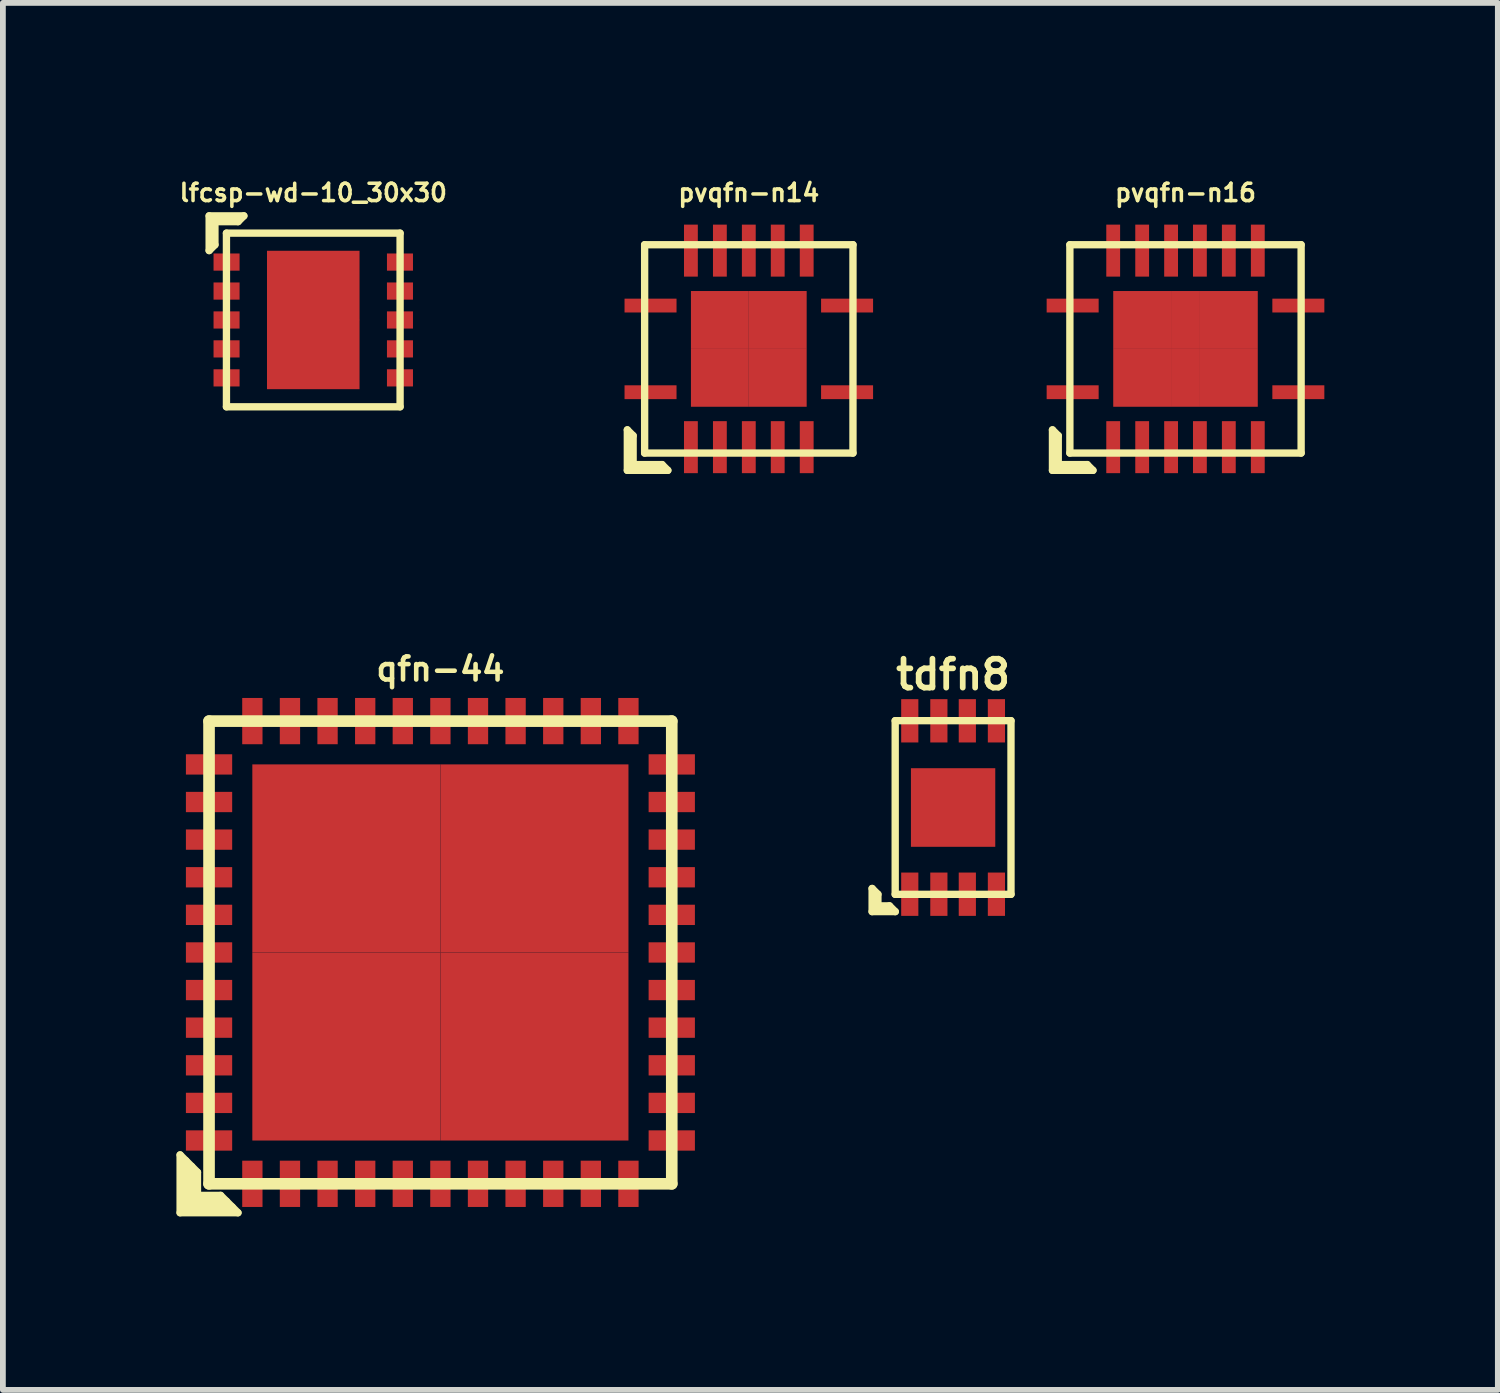
<source format=kicad_pcb>
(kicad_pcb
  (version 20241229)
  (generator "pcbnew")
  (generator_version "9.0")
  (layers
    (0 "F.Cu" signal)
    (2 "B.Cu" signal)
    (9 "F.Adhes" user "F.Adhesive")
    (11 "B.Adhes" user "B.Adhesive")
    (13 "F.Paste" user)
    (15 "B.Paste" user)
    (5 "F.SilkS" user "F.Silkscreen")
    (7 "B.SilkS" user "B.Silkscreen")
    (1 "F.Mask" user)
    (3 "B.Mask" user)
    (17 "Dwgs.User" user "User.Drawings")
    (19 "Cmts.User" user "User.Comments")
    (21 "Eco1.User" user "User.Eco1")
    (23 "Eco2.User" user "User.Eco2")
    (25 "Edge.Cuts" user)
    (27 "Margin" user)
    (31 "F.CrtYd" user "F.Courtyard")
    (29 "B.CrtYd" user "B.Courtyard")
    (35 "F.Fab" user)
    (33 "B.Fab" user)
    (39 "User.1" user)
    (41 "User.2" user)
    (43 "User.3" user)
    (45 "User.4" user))
  (footprint "lfcsp-wd-10_30x30"
    (layer "F.Cu")
    (at 2.366 2.482)
    (property "Reference" "lfcsp-wd-10_30x30" (at 0 -2.2 0) (layer "F.SilkS") (effects (font (size 0.3 0.3) (thickness 0.061))))
    (attr through_hole)
    (fp_line (start -1.8 -1.8) (end -1.8 -1.2) (stroke (width 0.127) (type solid)) (layer "F.SilkS"))
    (fp_line (start -1.8 -1.2) (end -1.7 -1.3) (stroke (width 0.127) (type solid)) (layer "F.SilkS"))
    (fp_line (start -1.7 -1.7) (end -1.3 -1.7) (stroke (width 0.127) (type solid)) (layer "F.SilkS"))
    (fp_line (start -1.7 -1.3) (end -1.7 -1.7) (stroke (width 0.127) (type solid)) (layer "F.SilkS"))
    (fp_line (start -1.501 -1.501) (end -1.501 1.501) (stroke (width 0.127) (type solid)) (layer "F.SilkS"))
    (fp_line (start -1.501 1.501) (end 1.501 1.501) (stroke (width 0.127) (type solid)) (layer "F.SilkS"))
    (fp_line (start -1.3 -1.7) (end -1.2 -1.8) (stroke (width 0.127) (type solid)) (layer "F.SilkS"))
    (fp_line (start -1.2 -1.8) (end -1.8 -1.8) (stroke (width 0.127) (type solid)) (layer "F.SilkS"))
    (fp_line (start 1.501 -1.501) (end -1.501 -1.501) (stroke (width 0.127) (type solid)) (layer "F.SilkS"))
    (fp_line (start 1.501 1.501) (end 1.501 -1.501) (stroke (width 0.127) (type solid)) (layer "F.SilkS"))
    (pad "1" smd rect (at -1.499 -1.001) (size 0.45 0.297) (layers "F.Cu" "F.Mask" "F.Paste"))
    (pad "2" smd rect (at -1.499 -0.5) (size 0.45 0.297) (layers "F.Cu" "F.Mask" "F.Paste"))
    (pad "3" smd rect (at -1.499 0) (size 0.45 0.297) (layers "F.Cu" "F.Mask" "F.Paste"))
    (pad "4" smd rect (at -1.499 0.5) (size 0.45 0.297) (layers "F.Cu" "F.Mask" "F.Paste"))
    (pad "5" smd rect (at -1.499 1.001) (size 0.45 0.297) (layers "F.Cu" "F.Mask" "F.Paste"))
    (pad "6" smd rect (at 1.499 1.001) (size 0.45 0.297) (layers "F.Cu" "F.Mask" "F.Paste"))
    (pad "7" smd rect (at 1.499 0.5) (size 0.45 0.297) (layers "F.Cu" "F.Mask" "F.Paste"))
    (pad "8" smd rect (at 1.499 0) (size 0.45 0.297) (layers "F.Cu" "F.Mask" "F.Paste"))
    (pad "9" smd rect (at 1.499 -0.5) (size 0.45 0.297) (layers "F.Cu" "F.Mask" "F.Paste"))
    (pad "10" smd rect (at 1.499 -1.001) (size 0.45 0.297) (layers "F.Cu" "F.Mask" "F.Paste"))
    (pad "11" smd rect (at 0 -0.597) (size 1.6 1.199) (layers "F.Cu" "F.Mask" "F.Paste"))
    (pad "11" smd rect (at 0 0.597) (size 1.6 1.199) (layers "F.Cu" "F.Mask" "F.Paste")))
  (footprint "tdfn8"
    (layer "F.Cu")
    (at 13.428 10.911)
    (property "Reference" "tdfn8" (at 0 -2.299 0) (layer "F.SilkS") (effects (font (size 0.5 0.5) (thickness 0.099))))
    (attr through_hole)
    (fp_line (start -1.4 1.8) (end -1.4 1.4) (stroke (width 0.127) (type solid)) (layer "F.SilkS"))
    (fp_line (start -1.3 1.5) (end -1.4 1.4) (stroke (width 0.127) (type solid)) (layer "F.SilkS"))
    (fp_line (start -1.3 1.7) (end -1.3 1.5) (stroke (width 0.127) (type solid)) (layer "F.SilkS"))
    (fp_line (start -1.3 1.7) (end -1.1 1.7) (stroke (width 0.127) (type solid)) (layer "F.SilkS"))
    (fp_line (start -1.1 1.7) (end -1 1.8) (stroke (width 0.127) (type solid)) (layer "F.SilkS"))
    (fp_line (start -1.001 -1.501) (end 1.001 -1.501) (stroke (width 0.127) (type solid)) (layer "F.SilkS"))
    (fp_line (start -1.001 1.501) (end -1.001 -1.501) (stroke (width 0.127) (type solid)) (layer "F.SilkS"))
    (fp_line (start -1.001 1.501) (end 1.001 1.501) (stroke (width 0.127) (type solid)) (layer "F.SilkS"))
    (fp_line (start -1 1.8) (end -1.4 1.8) (stroke (width 0.127) (type solid)) (layer "F.SilkS"))
    (fp_line (start 1.001 -1.501) (end 1.001 1.501) (stroke (width 0.127) (type solid)) (layer "F.SilkS"))
    (pad "1" smd rect (at -0.749 1.499) (size 0.297 0.749) (layers "F.Cu" "F.Mask" "F.Paste"))
    (pad "2" smd rect (at -0.246 1.499) (size 0.297 0.749) (layers "F.Cu" "F.Mask" "F.Paste"))
    (pad "3" smd rect (at 0.246 1.499) (size 0.297 0.749) (layers "F.Cu" "F.Mask" "F.Paste"))
    (pad "4" smd rect (at 0.749 1.499) (size 0.297 0.749) (layers "F.Cu" "F.Mask" "F.Paste"))
    (pad "5" smd rect (at 0.749 -1.499) (size 0.297 0.749) (layers "F.Cu" "F.Mask" "F.Paste"))
    (pad "6" smd rect (at 0.246 -1.499) (size 0.297 0.749) (layers "F.Cu" "F.Mask" "F.Paste"))
    (pad "7" smd rect (at -0.246 -1.499) (size 0.297 0.749) (layers "F.Cu" "F.Mask" "F.Paste"))
    (pad "8" smd rect (at -0.749 -1.499) (size 0.297 0.749) (layers "F.Cu" "F.Mask" "F.Paste"))
    (pad "9" smd rect (at 0 0) (size 1.458 1.359) (layers "F.Cu" "F.Mask" "F.Paste")))
  (footprint "qfn-44"
    (layer "F.Cu")
    (at 4.564 13.417)
    (property "Reference" "qfn-44" (at 0 -4.9 0) (layer "F.SilkS") (effects (font (size 0.399 0.399) (thickness 0.079))))
    (attr through_hole)
    (fp_line (start -4.5 3.5) (end -4.5 4.5) (stroke (width 0.127) (type solid)) (layer "F.SilkS"))
    (fp_line (start -4.5 4.5) (end -3.5 4.5) (stroke (width 0.127) (type solid)) (layer "F.SilkS"))
    (fp_line (start -4.4 3.6) (end -4.4 4.4) (stroke (width 0.127) (type solid)) (layer "F.SilkS"))
    (fp_line (start -4.4 4.4) (end -3.6 4.4) (stroke (width 0.127) (type solid)) (layer "F.SilkS"))
    (fp_line (start -4.3 3.7) (end -4.3 4.3) (stroke (width 0.127) (type solid)) (layer "F.SilkS"))
    (fp_line (start -4.3 4.3) (end -3.7 4.3) (stroke (width 0.127) (type solid)) (layer "F.SilkS"))
    (fp_line (start -4.2 3.8) (end -4.5 3.5) (stroke (width 0.127) (type solid)) (layer "F.SilkS"))
    (fp_line (start -4.2 4.2) (end -4.2 3.8) (stroke (width 0.127) (type solid)) (layer "F.SilkS"))
    (fp_line (start -4 -4) (end -4 4) (stroke (width 0.201) (type solid)) (layer "F.SilkS"))
    (fp_line (start -4 3.701) (end -4 3.8) (stroke (width 0.127) (type solid)) (layer "F.SilkS"))
    (fp_line (start -4 4) (end 4 4) (stroke (width 0.201) (type solid)) (layer "F.SilkS"))
    (fp_line (start -3.8 4.2) (end -4.2 4.2) (stroke (width 0.127) (type solid)) (layer "F.SilkS"))
    (fp_line (start -3.599 4) (end -3.701 4) (stroke (width 0.127) (type solid)) (layer "F.SilkS"))
    (fp_line (start -3.5 4.5) (end -3.8 4.2) (stroke (width 0.127) (type solid)) (layer "F.SilkS"))
    (fp_line (start 4 -4) (end -4 -4) (stroke (width 0.201) (type solid)) (layer "F.SilkS"))
    (fp_line (start 4 4) (end 4 -4) (stroke (width 0.201) (type solid)) (layer "F.SilkS"))
    (pad "1" smd rect (at -3.251 4) (size 0.351 0.8) (layers "F.Cu" "F.Mask" "F.Paste"))
    (pad "2" smd rect (at -2.601 4) (size 0.351 0.8) (layers "F.Cu" "F.Mask" "F.Paste"))
    (pad "3" smd rect (at -1.951 4) (size 0.351 0.8) (layers "F.Cu" "F.Mask" "F.Paste"))
    (pad "4" smd rect (at -1.3 4) (size 0.351 0.8) (layers "F.Cu" "F.Mask" "F.Paste"))
    (pad "5" smd rect (at -0.65 4) (size 0.351 0.8) (layers "F.Cu" "F.Mask" "F.Paste"))
    (pad "6" smd rect (at 0 4) (size 0.351 0.8) (layers "F.Cu" "F.Mask" "F.Paste"))
    (pad "7" smd rect (at 0.65 4) (size 0.351 0.8) (layers "F.Cu" "F.Mask" "F.Paste"))
    (pad "8" smd rect (at 1.3 4) (size 0.351 0.8) (layers "F.Cu" "F.Mask" "F.Paste"))
    (pad "9" smd rect (at 1.951 4) (size 0.351 0.8) (layers "F.Cu" "F.Mask" "F.Paste"))
    (pad "10" smd rect (at 2.601 4) (size 0.351 0.8) (layers "F.Cu" "F.Mask" "F.Paste"))
    (pad "11" smd rect (at 3.251 4) (size 0.351 0.8) (layers "F.Cu" "F.Mask" "F.Paste"))
    (pad "12" smd rect (at 4 3.251) (size 0.8 0.351) (layers "F.Cu" "F.Mask" "F.Paste"))
    (pad "13" smd rect (at 4 2.601) (size 0.8 0.351) (layers "F.Cu" "F.Mask" "F.Paste"))
    (pad "14" smd rect (at 4 1.951) (size 0.8 0.351) (layers "F.Cu" "F.Mask" "F.Paste"))
    (pad "15" smd rect (at 4 1.3) (size 0.8 0.351) (layers "F.Cu" "F.Mask" "F.Paste"))
    (pad "16" smd rect (at 4 0.65) (size 0.8 0.351) (layers "F.Cu" "F.Mask" "F.Paste"))
    (pad "17" smd rect (at 4 0) (size 0.8 0.351) (layers "F.Cu" "F.Mask" "F.Paste"))
    (pad "18" smd rect (at 4 -0.65) (size 0.8 0.351) (layers "F.Cu" "F.Mask" "F.Paste"))
    (pad "19" smd rect (at 4 -1.3) (size 0.8 0.351) (layers "F.Cu" "F.Mask" "F.Paste"))
    (pad "20" smd rect (at 4 -1.951) (size 0.8 0.351) (layers "F.Cu" "F.Mask" "F.Paste"))
    (pad "21" smd rect (at 4 -2.601) (size 0.8 0.351) (layers "F.Cu" "F.Mask" "F.Paste"))
    (pad "22" smd rect (at 4 -3.251) (size 0.8 0.351) (layers "F.Cu" "F.Mask" "F.Paste"))
    (pad "23" smd rect (at 3.251 -4) (size 0.351 0.8) (layers "F.Cu" "F.Mask" "F.Paste"))
    (pad "24" smd rect (at 2.601 -4) (size 0.351 0.8) (layers "F.Cu" "F.Mask" "F.Paste"))
    (pad "25" smd rect (at 1.951 -4) (size 0.351 0.8) (layers "F.Cu" "F.Mask" "F.Paste"))
    (pad "26" smd rect (at 1.3 -4) (size 0.351 0.8) (layers "F.Cu" "F.Mask" "F.Paste"))
    (pad "27" smd rect (at 0.65 -4) (size 0.351 0.8) (layers "F.Cu" "F.Mask" "F.Paste"))
    (pad "28" smd rect (at 0 -4) (size 0.351 0.8) (layers "F.Cu" "F.Mask" "F.Paste"))
    (pad "29" smd rect (at -0.65 -4) (size 0.351 0.8) (layers "F.Cu" "F.Mask" "F.Paste"))
    (pad "30" smd rect (at -1.3 -4) (size 0.351 0.8) (layers "F.Cu" "F.Mask" "F.Paste"))
    (pad "31" smd rect (at -1.951 -4) (size 0.351 0.8) (layers "F.Cu" "F.Mask" "F.Paste"))
    (pad "32" smd rect (at -2.601 -4) (size 0.351 0.8) (layers "F.Cu" "F.Mask" "F.Paste"))
    (pad "33" smd rect (at -3.251 -4) (size 0.351 0.8) (layers "F.Cu" "F.Mask" "F.Paste"))
    (pad "34" smd rect (at -4 -3.251) (size 0.8 0.351) (layers "F.Cu" "F.Mask" "F.Paste"))
    (pad "35" smd rect (at -4 -2.601) (size 0.8 0.351) (layers "F.Cu" "F.Mask" "F.Paste"))
    (pad "36" smd rect (at -4 -1.951) (size 0.8 0.351) (layers "F.Cu" "F.Mask" "F.Paste"))
    (pad "37" smd rect (at -4 -1.3) (size 0.8 0.351) (layers "F.Cu" "F.Mask" "F.Paste"))
    (pad "38" smd rect (at -4 -0.65) (size 0.8 0.351) (layers "F.Cu" "F.Mask" "F.Paste"))
    (pad "39" smd rect (at -4 0) (size 0.8 0.351) (layers "F.Cu" "F.Mask" "F.Paste"))
    (pad "40" smd rect (at -4 0.65) (size 0.8 0.351) (layers "F.Cu" "F.Mask" "F.Paste"))
    (pad "41" smd rect (at -4 1.3) (size 0.8 0.351) (layers "F.Cu" "F.Mask" "F.Paste"))
    (pad "42" smd rect (at -4 1.951) (size 0.8 0.351) (layers "F.Cu" "F.Mask" "F.Paste"))
    (pad "43" smd rect (at -4 2.601) (size 0.8 0.351) (layers "F.Cu" "F.Mask" "F.Paste"))
    (pad "44" smd rect (at -4 3.251) (size 0.8 0.351) (layers "F.Cu" "F.Mask" "F.Paste"))
    (pad "45" smd rect (at -1.626 -1.626) (size 3.251 3.251) (layers "F.Cu" "F.Mask" "F.Paste"))
    (pad "45" smd rect (at -1.626 1.626) (size 3.251 3.251) (layers "F.Cu" "F.Mask" "F.Paste"))
    (pad "45" smd rect (at 1.626 -1.626) (size 3.251 3.251) (layers "F.Cu" "F.Mask" "F.Paste"))
    (pad "45" smd rect (at 1.626 1.626) (size 3.251 3.251) (layers "F.Cu" "F.Mask" "F.Paste")))
  (footprint "pvqfn-n16"
    (layer "F.Cu")
    (at 17.446 2.982)
    (property "Reference" "pvqfn-n16" (at 0 -2.7 0) (layer "F.SilkS") (effects (font (size 0.3 0.3) (thickness 0.061))))
    (attr through_hole)
    (fp_line (start -2.3 1.4) (end -2.3 2.1) (stroke (width 0.127) (type solid)) (layer "F.SilkS"))
    (fp_line (start -2.3 2.1) (end -1.6 2.1) (stroke (width 0.127) (type solid)) (layer "F.SilkS"))
    (fp_line (start -2.2 1.5) (end -2.3 1.4) (stroke (width 0.127) (type solid)) (layer "F.SilkS"))
    (fp_line (start -2.2 2) (end -2.2 1.5) (stroke (width 0.127) (type solid)) (layer "F.SilkS"))
    (fp_line (start -1.999 -1.801) (end 1.999 -1.801) (stroke (width 0.127) (type solid)) (layer "F.SilkS"))
    (fp_line (start -1.999 1.801) (end -1.999 -1.801) (stroke (width 0.127) (type solid)) (layer "F.SilkS"))
    (fp_line (start -1.7 2) (end -2.2 2) (stroke (width 0.127) (type solid)) (layer "F.SilkS"))
    (fp_line (start -1.6 2.1) (end -1.7 2) (stroke (width 0.127) (type solid)) (layer "F.SilkS"))
    (fp_line (start 1.999 -1.801) (end 1.999 1.801) (stroke (width 0.127) (type solid)) (layer "F.SilkS"))
    (fp_line (start 1.999 1.801) (end -1.999 1.801) (stroke (width 0.127) (type solid)) (layer "F.SilkS"))
    (pad "1" smd rect (at -1.951 0.749) (size 0.899 0.239) (layers "F.Cu" "F.Mask" "F.Paste"))
    (pad "2" smd rect (at -1.25 1.699) (size 0.239 0.899) (layers "F.Cu" "F.Mask" "F.Paste"))
    (pad "3" smd rect (at -0.749 1.699) (size 0.239 0.899) (layers "F.Cu" "F.Mask" "F.Paste"))
    (pad "4" smd rect (at -0.249 1.699) (size 0.239 0.899) (layers "F.Cu" "F.Mask" "F.Paste"))
    (pad "5" smd rect (at 0.249 1.699) (size 0.239 0.899) (layers "F.Cu" "F.Mask" "F.Paste"))
    (pad "6" smd rect (at 0.749 1.699) (size 0.239 0.899) (layers "F.Cu" "F.Mask" "F.Paste"))
    (pad "7" smd rect (at 1.25 1.699) (size 0.239 0.899) (layers "F.Cu" "F.Mask" "F.Paste"))
    (pad "8" smd rect (at 1.951 0.749) (size 0.899 0.239) (layers "F.Cu" "F.Mask" "F.Paste"))
    (pad "9" smd rect (at 1.951 -0.749) (size 0.899 0.239) (layers "F.Cu" "F.Mask" "F.Paste"))
    (pad "10" smd rect (at 1.25 -1.699) (size 0.239 0.899) (layers "F.Cu" "F.Mask" "F.Paste"))
    (pad "11" smd rect (at 0.749 -1.699) (size 0.239 0.899) (layers "F.Cu" "F.Mask" "F.Paste"))
    (pad "12" smd rect (at 0.249 -1.699) (size 0.239 0.899) (layers "F.Cu" "F.Mask" "F.Paste"))
    (pad "13" smd rect (at -0.249 -1.699) (size 0.239 0.899) (layers "F.Cu" "F.Mask" "F.Paste"))
    (pad "14" smd rect (at -0.749 -1.699) (size 0.239 0.899) (layers "F.Cu" "F.Mask" "F.Paste"))
    (pad "15" smd rect (at -1.25 -1.699) (size 0.239 0.899) (layers "F.Cu" "F.Mask" "F.Paste"))
    (pad "16" smd rect (at -1.951 -0.749) (size 0.899 0.239) (layers "F.Cu" "F.Mask" "F.Paste"))
    (pad "17" smd rect (at -0.749 -0.5) (size 1.001 1.001) (layers "F.Cu" "F.Mask" "F.Paste"))
    (pad "17" smd rect (at -0.749 0.5) (size 1.001 1.001) (layers "F.Cu" "F.Mask" "F.Paste"))
    (pad "17" smd rect (at 0 -0.5) (size 0.5 1.001) (layers "F.Cu" "F.Mask" "F.Paste"))
    (pad "17" smd rect (at 0 0.5) (size 0.5 1.001) (layers "F.Cu" "F.Mask" "F.Paste"))
    (pad "17" smd rect (at 0.749 -0.5) (size 1.001 1.001) (layers "F.Cu" "F.Mask" "F.Paste"))
    (pad "17" smd rect (at 0.749 0.5) (size 1.001 1.001) (layers "F.Cu" "F.Mask" "F.Paste")))
  (footprint "pvqfn-n14"
    (layer "F.Cu")
    (at 9.896 2.982)
    (property "Reference" "pvqfn-n14" (at 0 -2.7 0) (layer "F.SilkS") (effects (font (size 0.3 0.3) (thickness 0.061))))
    (attr through_hole)
    (fp_line (start -2.1 1.4) (end -2 1.5) (stroke (width 0.127) (type solid)) (layer "F.SilkS"))
    (fp_line (start -2.1 2.1) (end -2.1 1.4) (stroke (width 0.127) (type solid)) (layer "F.SilkS"))
    (fp_line (start -2 1.5) (end -2 2) (stroke (width 0.127) (type solid)) (layer "F.SilkS"))
    (fp_line (start -2 2) (end -1.5 2) (stroke (width 0.127) (type solid)) (layer "F.SilkS"))
    (fp_line (start -1.801 -1.801) (end 1.801 -1.801) (stroke (width 0.127) (type solid)) (layer "F.SilkS"))
    (fp_line (start -1.801 1.801) (end -1.801 -1.801) (stroke (width 0.127) (type solid)) (layer "F.SilkS"))
    (fp_line (start -1.5 2) (end -1.4 2.1) (stroke (width 0.127) (type solid)) (layer "F.SilkS"))
    (fp_line (start -1.4 2.1) (end -2.1 2.1) (stroke (width 0.127) (type solid)) (layer "F.SilkS"))
    (fp_line (start 1.801 -1.801) (end 1.801 1.801) (stroke (width 0.127) (type solid)) (layer "F.SilkS"))
    (fp_line (start 1.801 1.801) (end -1.801 1.801) (stroke (width 0.127) (type solid)) (layer "F.SilkS"))
    (pad "1" smd rect (at -1.699 0.749) (size 0.899 0.239) (layers "F.Cu" "F.Mask" "F.Paste"))
    (pad "2" smd rect (at -1.001 1.699) (size 0.239 0.899) (layers "F.Cu" "F.Mask" "F.Paste"))
    (pad "3" smd rect (at -0.5 1.699) (size 0.239 0.899) (layers "F.Cu" "F.Mask" "F.Paste"))
    (pad "4" smd rect (at 0 1.699) (size 0.239 0.899) (layers "F.Cu" "F.Mask" "F.Paste"))
    (pad "5" smd rect (at 0.5 1.699) (size 0.239 0.899) (layers "F.Cu" "F.Mask" "F.Paste"))
    (pad "6" smd rect (at 1.001 1.699) (size 0.239 0.899) (layers "F.Cu" "F.Mask" "F.Paste"))
    (pad "7" smd rect (at 1.699 0.749) (size 0.899 0.239) (layers "F.Cu" "F.Mask" "F.Paste"))
    (pad "8" smd rect (at 1.699 -0.749) (size 0.899 0.239) (layers "F.Cu" "F.Mask" "F.Paste"))
    (pad "9" smd rect (at 1.001 -1.699) (size 0.239 0.899) (layers "F.Cu" "F.Mask" "F.Paste"))
    (pad "10" smd rect (at 0.5 -1.699) (size 0.239 0.899) (layers "F.Cu" "F.Mask" "F.Paste"))
    (pad "11" smd rect (at 0 -1.699) (size 0.239 0.899) (layers "F.Cu" "F.Mask" "F.Paste"))
    (pad "12" smd rect (at -0.5 -1.699) (size 0.239 0.899) (layers "F.Cu" "F.Mask" "F.Paste"))
    (pad "13" smd rect (at -1.001 -1.699) (size 0.239 0.899) (layers "F.Cu" "F.Mask" "F.Paste"))
    (pad "14" smd rect (at -1.699 -0.749) (size 0.899 0.239) (layers "F.Cu" "F.Mask" "F.Paste"))
    (pad "15" smd rect (at -0.5 -0.5) (size 1.001 1.001) (layers "F.Cu" "F.Mask" "F.Paste"))
    (pad "15" smd rect (at -0.5 0.5) (size 1.001 1.001) (layers "F.Cu" "F.Mask" "F.Paste"))
    (pad "15" smd rect (at 0.5 -0.5) (size 1.001 1.001) (layers "F.Cu" "F.Mask" "F.Paste"))
    (pad "15" smd rect (at 0.5 0.5) (size 1.001 1.001) (layers "F.Cu" "F.Mask" "F.Paste")))
  (gr_rect
    (start -3 -3)
    (end 22.846 20.98)
    (stroke (width 0.1) (type default))
    (fill no)
    (layer "Edge.Cuts")))
</source>
